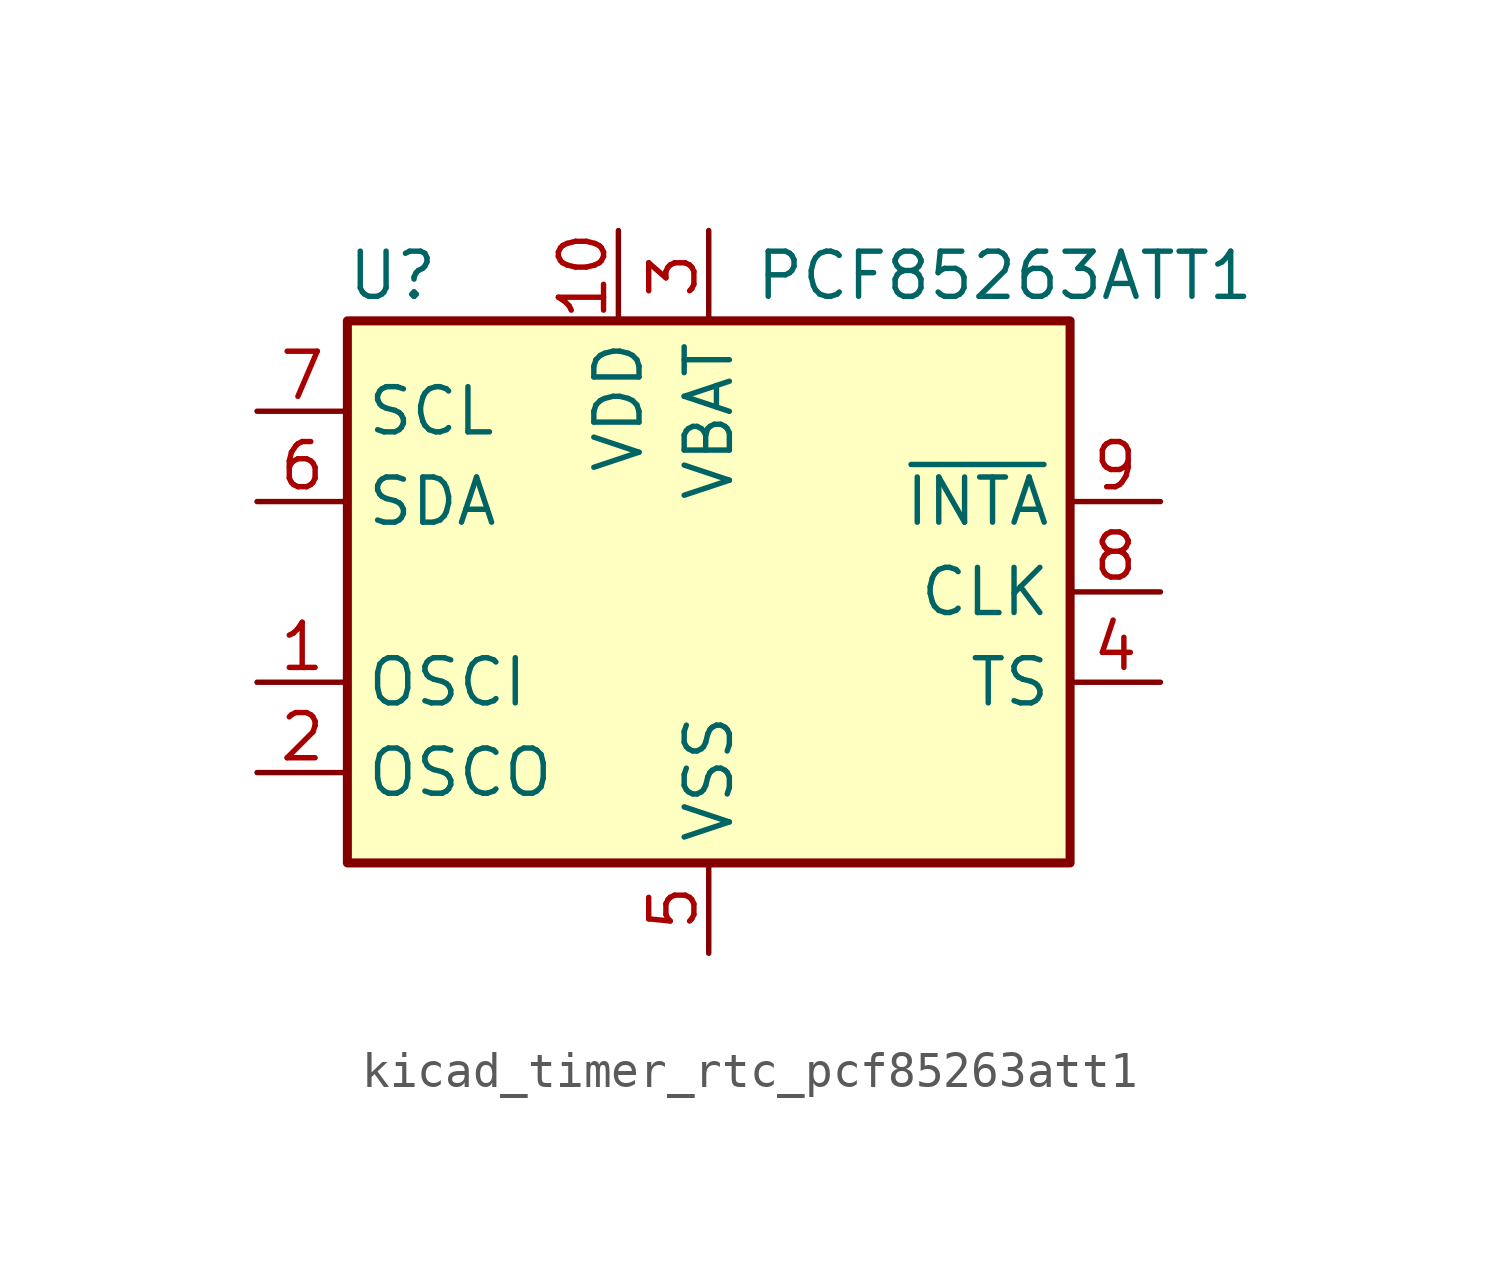
<source format=kicad_sym>
(kicad_symbol_lib
  (version 20220914)
  (generator kicad_symbol_editor)
  (symbol "kicad_timer_rtc_pcf85263att1"
    (property "Reference" "U"
      (at -8.89 8.89 0)
      (effects (font (size 1.27 1.27))))
    (property "Value" "PCF85263ATT1"
      (at 1.27 8.89 0)
      (effects (font (size 1.27 1.27)) (justify left)))
    (symbol "kicad_timer_rtc_pcf85263att1_0_1"
      (rectangle (start -10.16 7.62) (end 10.16 -7.62) (stroke (width 0.254) (type default)) (fill (type background))))
    (symbol "kicad_timer_rtc_pcf85263att1_1_1"
      (pin input line (at -12.7 -2.54 0) (length 2.54) (name "OSCI" (effects (font (size 1.27 1.27)))) (number "1" (effects (font (size 1.27 1.27)))))
      (pin power_in line (at -2.54 10.16 270) (length 2.54) (name "VDD" (effects (font (size 1.27 1.27)))) (number "10" (effects (font (size 1.27 1.27)))))
      (pin output line (at -12.7 -5.08 0) (length 2.54) (name "OSCO" (effects (font (size 1.27 1.27)))) (number "2" (effects (font (size 1.27 1.27)))))
      (pin power_in line (at 0 10.16 270) (length 2.54) (name "VBAT" (effects (font (size 1.27 1.27)))) (number "3" (effects (font (size 1.27 1.27)))))
      (pin bidirectional line (at 12.7 -2.54 180) (length 2.54) (name "TS" (effects (font (size 1.27 1.27)))) (number "4" (effects (font (size 1.27 1.27)))))
      (pin power_in line (at 0 -10.16 90) (length 2.54) (name "VSS" (effects (font (size 1.27 1.27)))) (number "5" (effects (font (size 1.27 1.27)))))
      (pin bidirectional line (at -12.7 2.54 0) (length 2.54) (name "SDA" (effects (font (size 1.27 1.27)))) (number "6" (effects (font (size 1.27 1.27)))))
      (pin input line (at -12.7 5.08 0) (length 2.54) (name "SCL" (effects (font (size 1.27 1.27)))) (number "7" (effects (font (size 1.27 1.27)))))
      (pin output line (at 12.7 0 180) (length 2.54) (name "CLK" (effects (font (size 1.27 1.27)))) (number "8" (effects (font (size 1.27 1.27)))))
      (pin open_collector line (at 12.7 2.54 180) (length 2.54) (name "~{INTA}" (effects (font (size 1.27 1.27)))) (number "9" (effects (font (size 1.27 1.27))))))))
</source>
